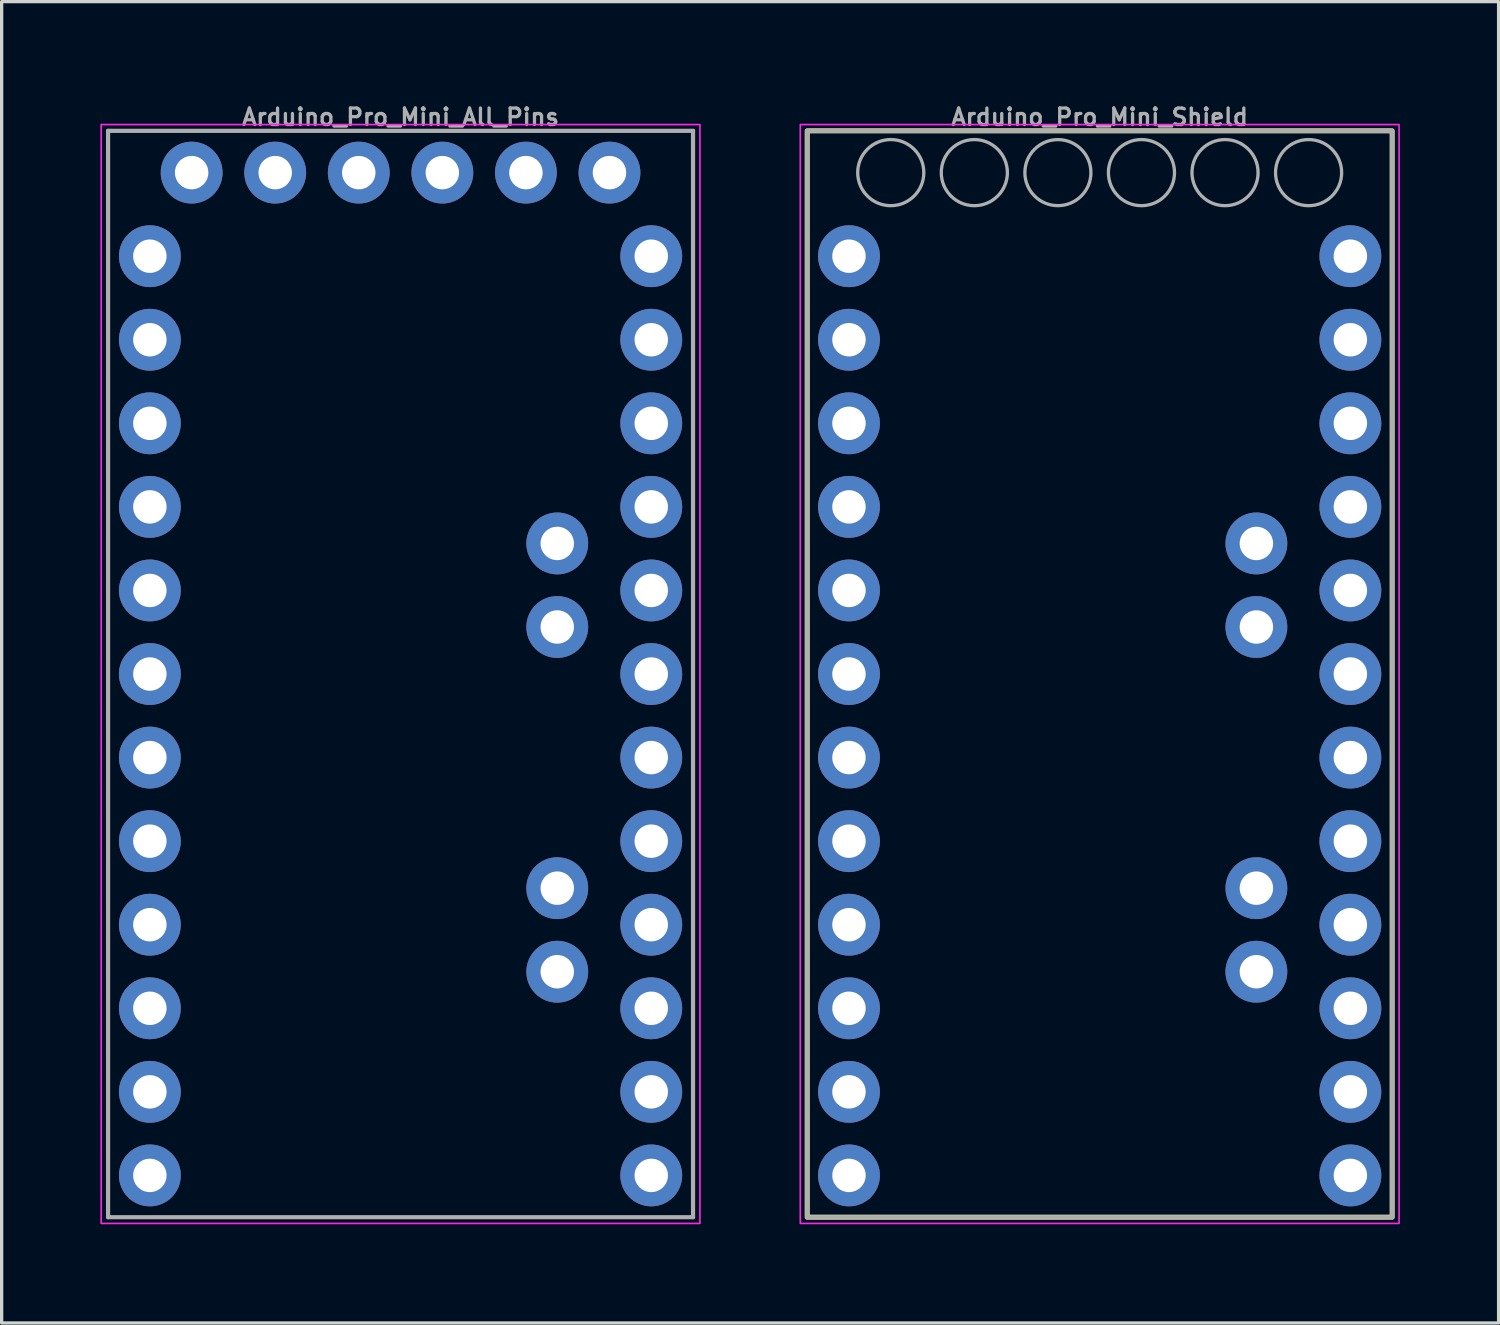
<source format=kicad_pcb>
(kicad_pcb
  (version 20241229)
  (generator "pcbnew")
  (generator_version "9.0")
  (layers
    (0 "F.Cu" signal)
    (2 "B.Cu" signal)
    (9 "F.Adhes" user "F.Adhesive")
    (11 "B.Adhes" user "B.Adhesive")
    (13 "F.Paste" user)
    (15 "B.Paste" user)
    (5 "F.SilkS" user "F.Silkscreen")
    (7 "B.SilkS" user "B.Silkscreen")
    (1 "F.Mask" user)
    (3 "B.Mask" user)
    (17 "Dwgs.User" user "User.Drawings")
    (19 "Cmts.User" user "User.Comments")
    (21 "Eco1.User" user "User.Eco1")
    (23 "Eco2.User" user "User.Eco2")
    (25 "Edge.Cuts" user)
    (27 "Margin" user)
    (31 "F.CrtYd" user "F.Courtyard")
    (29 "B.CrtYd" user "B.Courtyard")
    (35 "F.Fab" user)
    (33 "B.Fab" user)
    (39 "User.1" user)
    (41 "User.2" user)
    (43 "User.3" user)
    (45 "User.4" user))
  (footprint "Arduino_Pro_Mini_Shield"
    (layer "F.Cu")
    (at 30.375 17.437)
    (property "Reference" "Arduino_Pro_Mini_Shield" (at 0 -16.637 0) (unlocked yes) (layer "F.Fab") (effects (font (size 0.5 0.5) (thickness 0.1)) (justify bottom)))
    (fp_rect (start -8.89 -16.51) (end 8.89 16.51) (stroke (width 0.152) (type solid)) (fill no) (layer "F.SilkS"))
    (fp_rect (start -9.1 -16.7) (end 9.1 16.7) (stroke (width 0.05) (type default)) (fill no) (layer "F.CrtYd"))
    (fp_line (start -8.89 -16.51) (end -8.89 16.51) (stroke (width 0.127) (type solid)) (layer "F.Fab"))
    (fp_line (start -8.89 16.51) (end 8.89 16.51) (stroke (width 0.127) (type solid)) (layer "F.Fab"))
    (fp_line (start 8.89 -16.51) (end -8.89 -16.51) (stroke (width 0.127) (type solid)) (layer "F.Fab"))
    (fp_line (start 8.89 16.51) (end 8.89 -16.51) (stroke (width 0.127) (type solid)) (layer "F.Fab"))
    (fp_circle (center -6.35 -15.24) (end -5.397 -14.922) (stroke (width 0.1) (type default)) (fill no) (layer "F.Fab"))
    (fp_circle (center -3.81 -15.24) (end -2.857 -14.922) (stroke (width 0.1) (type default)) (fill no) (layer "F.Fab"))
    (fp_circle (center -1.27 -15.24) (end -0.318 -14.922) (stroke (width 0.1) (type default)) (fill no) (layer "F.Fab"))
    (fp_circle (center 1.27 -15.24) (end 2.223 -14.922) (stroke (width 0.1) (type default)) (fill no) (layer "F.Fab"))
    (fp_circle (center 3.81 -15.24) (end 4.763 -14.922) (stroke (width 0.1) (type default)) (fill no) (layer "F.Fab"))
    (fp_circle (center 6.35 -15.24) (end 7.303 -14.922) (stroke (width 0.1) (type default)) (fill no) (layer "F.Fab"))
    (pad "1" thru_hole circle (at -7.62 -12.7) (size 1.88 1.88) (drill 1.016) (layers "*.Cu" "*.Mask"))
    (pad "2" thru_hole circle (at -7.62 -10.16) (size 1.88 1.88) (drill 1.016) (layers "*.Cu" "*.Mask"))
    (pad "3" thru_hole circle (at -7.62 -7.62) (size 1.88 1.88) (drill 1.016) (layers "*.Cu" "*.Mask"))
    (pad "4" thru_hole circle (at -7.62 -5.08) (size 1.88 1.88) (drill 1.016) (layers "*.Cu" "*.Mask"))
    (pad "5" thru_hole circle (at -7.62 -2.54) (size 1.88 1.88) (drill 1.016) (layers "*.Cu" "*.Mask"))
    (pad "6" thru_hole circle (at -7.62 0) (size 1.88 1.88) (drill 1.016) (layers "*.Cu" "*.Mask"))
    (pad "7" thru_hole circle (at -7.62 2.54) (size 1.88 1.88) (drill 1.016) (layers "*.Cu" "*.Mask"))
    (pad "8" thru_hole circle (at -7.62 5.08) (size 1.88 1.88) (drill 1.016) (layers "*.Cu" "*.Mask"))
    (pad "9" thru_hole circle (at -7.62 7.62) (size 1.88 1.88) (drill 1.016) (layers "*.Cu" "*.Mask"))
    (pad "10" thru_hole circle (at -7.62 10.16) (size 1.88 1.88) (drill 1.016) (layers "*.Cu" "*.Mask"))
    (pad "11" thru_hole circle (at -7.62 12.7) (size 1.88 1.88) (drill 1.016) (layers "*.Cu" "*.Mask"))
    (pad "12" thru_hole circle (at -7.62 15.24) (size 1.88 1.88) (drill 1.016) (layers "*.Cu" "*.Mask"))
    (pad "13" thru_hole circle (at 7.62 15.24) (size 1.88 1.88) (drill 1.016) (layers "*.Cu" "*.Mask"))
    (pad "14" thru_hole circle (at 7.62 12.7) (size 1.88 1.88) (drill 1.016) (layers "*.Cu" "*.Mask"))
    (pad "15" thru_hole circle (at 7.62 10.16) (size 1.88 1.88) (drill 1.016) (layers "*.Cu" "*.Mask"))
    (pad "16" thru_hole circle (at 7.62 7.62) (size 1.88 1.88) (drill 1.016) (layers "*.Cu" "*.Mask"))
    (pad "17" thru_hole circle (at 7.62 5.08) (size 1.88 1.88) (drill 1.016) (layers "*.Cu" "*.Mask"))
    (pad "18" thru_hole circle (at 7.62 2.54) (size 1.88 1.88) (drill 1.016) (layers "*.Cu" "*.Mask"))
    (pad "19" thru_hole circle (at 7.62 0) (size 1.88 1.88) (drill 1.016) (layers "*.Cu" "*.Mask"))
    (pad "20" thru_hole circle (at 7.62 -2.54) (size 1.88 1.88) (drill 1.016) (layers "*.Cu" "*.Mask"))
    (pad "21" thru_hole circle (at 7.62 -5.08) (size 1.88 1.88) (drill 1.016) (layers "*.Cu" "*.Mask"))
    (pad "22" thru_hole circle (at 7.62 -7.62) (size 1.88 1.88) (drill 1.016) (layers "*.Cu" "*.Mask"))
    (pad "23" thru_hole circle (at 7.62 -10.16) (size 1.88 1.88) (drill 1.016) (layers "*.Cu" "*.Mask"))
    (pad "24" thru_hole circle (at 7.62 -12.7) (size 1.88 1.88) (drill 1.016) (layers "*.Cu" "*.Mask"))
    (pad "25" thru_hole circle (at 4.763 9.049) (size 1.88 1.88) (drill 1.016) (layers "*.Cu" "*.Mask"))
    (pad "26" thru_hole circle (at 4.763 6.509) (size 1.88 1.88) (drill 1.016) (layers "*.Cu" "*.Mask"))
    (pad "27" thru_hole circle (at 4.763 -1.429) (size 1.88 1.88) (drill 1.016) (layers "*.Cu" "*.Mask"))
    (pad "28" thru_hole circle (at 4.763 -3.969) (size 1.88 1.88) (drill 1.016) (layers "*.Cu" "*.Mask")))
  (footprint "Arduino_Pro_Mini_All_Pins"
    (layer "F.Cu")
    (at 9.125 17.437)
    (property "Reference" "Arduino_Pro_Mini_All_Pins" (at 0 -16.637 0) (unlocked yes) (layer "F.Fab") (effects (font (size 0.5 0.5) (thickness 0.1)) (justify bottom)))
    (fp_rect (start -9.1 -16.7) (end 9.1 16.7) (stroke (width 0.05) (type default)) (fill no) (layer "F.CrtYd"))
    (fp_line (start -8.89 -16.51) (end -8.89 16.51) (stroke (width 0.127) (type solid)) (layer "F.Fab"))
    (fp_line (start -8.89 16.51) (end 8.89 16.51) (stroke (width 0.127) (type solid)) (layer "F.Fab"))
    (fp_line (start 8.89 -16.51) (end -8.89 -16.51) (stroke (width 0.127) (type solid)) (layer "F.Fab"))
    (fp_line (start 8.89 16.51) (end 8.89 -16.51) (stroke (width 0.127) (type solid)) (layer "F.Fab"))
    (pad "1" thru_hole circle (at -7.62 -12.7) (size 1.88 1.88) (drill 1.016) (layers "*.Cu" "*.Mask"))
    (pad "2" thru_hole circle (at -7.62 -10.16) (size 1.88 1.88) (drill 1.016) (layers "*.Cu" "*.Mask"))
    (pad "3" thru_hole circle (at -7.62 -7.62) (size 1.88 1.88) (drill 1.016) (layers "*.Cu" "*.Mask"))
    (pad "4" thru_hole circle (at -7.62 -5.08) (size 1.88 1.88) (drill 1.016) (layers "*.Cu" "*.Mask"))
    (pad "5" thru_hole circle (at -7.62 -2.54) (size 1.88 1.88) (drill 1.016) (layers "*.Cu" "*.Mask"))
    (pad "6" thru_hole circle (at -7.62 0) (size 1.88 1.88) (drill 1.016) (layers "*.Cu" "*.Mask"))
    (pad "7" thru_hole circle (at -7.62 2.54) (size 1.88 1.88) (drill 1.016) (layers "*.Cu" "*.Mask"))
    (pad "8" thru_hole circle (at -7.62 5.08) (size 1.88 1.88) (drill 1.016) (layers "*.Cu" "*.Mask"))
    (pad "9" thru_hole circle (at -7.62 7.62) (size 1.88 1.88) (drill 1.016) (layers "*.Cu" "*.Mask"))
    (pad "10" thru_hole circle (at -7.62 10.16) (size 1.88 1.88) (drill 1.016) (layers "*.Cu" "*.Mask"))
    (pad "11" thru_hole circle (at -7.62 12.7) (size 1.88 1.88) (drill 1.016) (layers "*.Cu" "*.Mask"))
    (pad "12" thru_hole circle (at -7.62 15.24) (size 1.88 1.88) (drill 1.016) (layers "*.Cu" "*.Mask"))
    (pad "13" thru_hole circle (at 7.62 15.24) (size 1.88 1.88) (drill 1.016) (layers "*.Cu" "*.Mask"))
    (pad "14" thru_hole circle (at 7.62 12.7) (size 1.88 1.88) (drill 1.016) (layers "*.Cu" "*.Mask"))
    (pad "15" thru_hole circle (at 7.62 10.16) (size 1.88 1.88) (drill 1.016) (layers "*.Cu" "*.Mask"))
    (pad "16" thru_hole circle (at 7.62 7.62) (size 1.88 1.88) (drill 1.016) (layers "*.Cu" "*.Mask"))
    (pad "17" thru_hole circle (at 7.62 5.08) (size 1.88 1.88) (drill 1.016) (layers "*.Cu" "*.Mask"))
    (pad "18" thru_hole circle (at 7.62 2.54) (size 1.88 1.88) (drill 1.016) (layers "*.Cu" "*.Mask"))
    (pad "19" thru_hole circle (at 7.62 0) (size 1.88 1.88) (drill 1.016) (layers "*.Cu" "*.Mask"))
    (pad "20" thru_hole circle (at 7.62 -2.54) (size 1.88 1.88) (drill 1.016) (layers "*.Cu" "*.Mask"))
    (pad "21" thru_hole circle (at 7.62 -5.08) (size 1.88 1.88) (drill 1.016) (layers "*.Cu" "*.Mask"))
    (pad "22" thru_hole circle (at 7.62 -7.62) (size 1.88 1.88) (drill 1.016) (layers "*.Cu" "*.Mask"))
    (pad "23" thru_hole circle (at 7.62 -10.16) (size 1.88 1.88) (drill 1.016) (layers "*.Cu" "*.Mask"))
    (pad "24" thru_hole circle (at 7.62 -12.7) (size 1.88 1.88) (drill 1.016) (layers "*.Cu" "*.Mask"))
    (pad "25" thru_hole circle (at 4.763 9.049) (size 1.88 1.88) (drill 1.016) (layers "*.Cu" "*.Mask"))
    (pad "26" thru_hole circle (at 4.763 6.509) (size 1.88 1.88) (drill 1.016) (layers "*.Cu" "*.Mask"))
    (pad "27" thru_hole circle (at 4.763 -1.429) (size 1.88 1.88) (drill 1.016) (layers "*.Cu" "*.Mask"))
    (pad "28" thru_hole circle (at 4.763 -3.969) (size 1.88 1.88) (drill 1.016) (layers "*.Cu" "*.Mask"))
    (pad "BLK" thru_hole circle (at -6.35 -15.24) (size 1.88 1.88) (drill 1.016) (layers "*.Cu" "*.Mask"))
    (pad "GND" thru_hole circle (at -3.81 -15.24) (size 1.88 1.88) (drill 1.016) (layers "*.Cu" "*.Mask"))
    (pad "GRN" thru_hole circle (at 6.35 -15.24) (size 1.88 1.88) (drill 1.016) (layers "*.Cu" "*.Mask"))
    (pad "RXI" thru_hole circle (at 1.27 -15.24) (size 1.88 1.88) (drill 1.016) (layers "*.Cu" "*.Mask"))
    (pad "TXO" thru_hole circle (at 3.81 -15.24) (size 1.88 1.88) (drill 1.016) (layers "*.Cu" "*.Mask"))
    (pad "VCC" thru_hole circle (at -1.27 -15.24) (size 1.88 1.88) (drill 1.016) (layers "*.Cu" "*.Mask")))
  (gr_rect
    (start -3 -3)
    (end 42.5 37.162)
    (stroke (width 0.1) (type default))
    (fill no)
    (layer "Edge.Cuts")))
</source>
